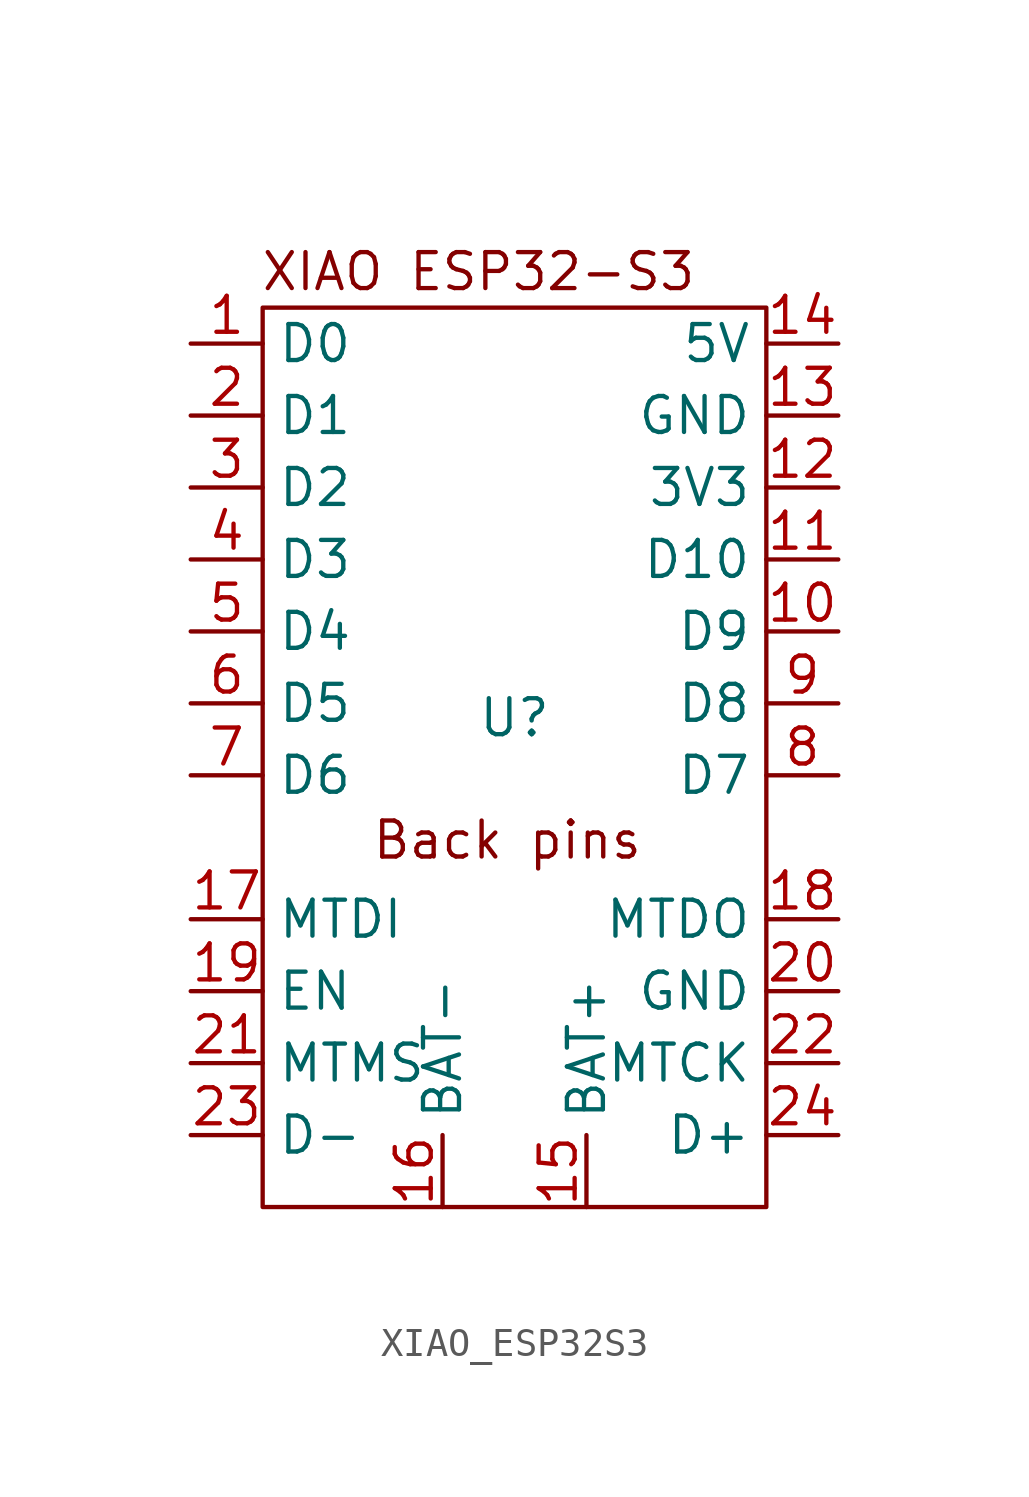
<source format=kicad_sym>
(kicad_symbol_lib
  (version 20231120)
  (generator "kicad_symbol_editor")
  (generator_version "8.0")
  (symbol "XIAO_ESP32S3"
    (property "Reference" "U"
      (at 0 -6.858 0)
      (effects (font (size 1.27 1.27))))
    (property "Value" ""
      (at -5.08 10.668 0)
      (effects (font (size 1.27 1.27))))
    (symbol "XIAO_ESP32S3_0_1"
      (rectangle (start -8.89 7.62) (end 8.89 -24.13) (stroke (width 0) (type default)) (fill (type none))))
    (symbol "XIAO_ESP32S3_1_1"
      (text "Back pins" (at -0.254 -11.176 0) (effects (font (size 1.27 1.27))))
      (text "XIAO ESP32-S3\n" (at -1.27 8.89 0) (effects (font (size 1.27 1.27))))
      (pin bidirectional line (at -11.43 6.35 0) (length 2.54) (name "D0" (effects (font (size 1.27 1.27)))) (number "1" (effects (font (size 1.27 1.27)))))
      (pin bidirectional line (at 11.43 -3.81 180) (length 2.54) (name "D9" (effects (font (size 1.27 1.27)))) (number "10" (effects (font (size 1.27 1.27)))))
      (pin bidirectional line (at 11.43 -1.27 180) (length 2.54) (name "D10" (effects (font (size 1.27 1.27)))) (number "11" (effects (font (size 1.27 1.27)))))
      (pin power_in line (at 11.43 1.27 180) (length 2.54) (name "3V3" (effects (font (size 1.27 1.27)))) (number "12" (effects (font (size 1.27 1.27)))))
      (pin passive line (at 11.43 3.81 180) (length 2.54) (name "GND" (effects (font (size 1.27 1.27)))) (number "13" (effects (font (size 1.27 1.27)))))
      (pin power_in line (at 11.43 6.35 180) (length 2.54) (name "5V" (effects (font (size 1.27 1.27)))) (number "14" (effects (font (size 1.27 1.27)))))
      (pin power_in line (at 2.54 -24.13 90) (length 2.54) (name "BAT+" (effects (font (size 1.27 1.27)))) (number "15" (effects (font (size 1.27 1.27)))))
      (pin power_in line (at -2.54 -24.13 90) (length 2.54) (name "BAT-" (effects (font (size 1.27 1.27)))) (number "16" (effects (font (size 1.27 1.27)))))
      (pin input line (at -11.43 -13.97 0) (length 2.54) (name "MTDI" (effects (font (size 1.27 1.27)))) (number "17" (effects (font (size 1.27 1.27)))))
      (pin output line (at 11.43 -13.97 180) (length 2.54) (name "MTDO" (effects (font (size 1.27 1.27)))) (number "18" (effects (font (size 1.27 1.27)))))
      (pin input line (at -11.43 -16.51 0) (length 2.54) (name "EN" (effects (font (size 1.27 1.27)))) (number "19" (effects (font (size 1.27 1.27)))))
      (pin bidirectional line (at -11.43 3.81 0) (length 2.54) (name "D1" (effects (font (size 1.27 1.27)))) (number "2" (effects (font (size 1.27 1.27)))))
      (pin passive line (at 11.43 -16.51 180) (length 2.54) (name "GND" (effects (font (size 1.27 1.27)))) (number "20" (effects (font (size 1.27 1.27)))))
      (pin input line (at -11.43 -19.05 0) (length 2.54) (name "MTMS" (effects (font (size 1.27 1.27)))) (number "21" (effects (font (size 1.27 1.27)))))
      (pin output line (at 11.43 -19.05 180) (length 2.54) (name "MTCK" (effects (font (size 1.27 1.27)))) (number "22" (effects (font (size 1.27 1.27)))))
      (pin bidirectional line (at -11.43 -21.59 0) (length 2.54) (name "D-" (effects (font (size 1.27 1.27)))) (number "23" (effects (font (size 1.27 1.27)))))
      (pin bidirectional line (at 11.43 -21.59 180) (length 2.54) (name "D+" (effects (font (size 1.27 1.27)))) (number "24" (effects (font (size 1.27 1.27)))))
      (pin bidirectional line (at -11.43 1.27 0) (length 2.54) (name "D2" (effects (font (size 1.27 1.27)))) (number "3" (effects (font (size 1.27 1.27)))))
      (pin bidirectional line (at -11.43 -1.27 0) (length 2.54) (name "D3" (effects (font (size 1.27 1.27)))) (number "4" (effects (font (size 1.27 1.27)))))
      (pin bidirectional line (at -11.43 -3.81 0) (length 2.54) (name "D4" (effects (font (size 1.27 1.27)))) (number "5" (effects (font (size 1.27 1.27)))))
      (pin bidirectional line (at -11.43 -6.35 0) (length 2.54) (name "D5" (effects (font (size 1.27 1.27)))) (number "6" (effects (font (size 1.27 1.27)))))
      (pin bidirectional line (at -11.43 -8.89 0) (length 2.54) (name "D6" (effects (font (size 1.27 1.27)))) (number "7" (effects (font (size 1.27 1.27)))))
      (pin bidirectional line (at 11.43 -8.89 180) (length 2.54) (name "D7" (effects (font (size 1.27 1.27)))) (number "8" (effects (font (size 1.27 1.27)))))
      (pin bidirectional line (at 11.43 -6.35 180) (length 2.54) (name "D8" (effects (font (size 1.27 1.27)))) (number "9" (effects (font (size 1.27 1.27))))))))
</source>
